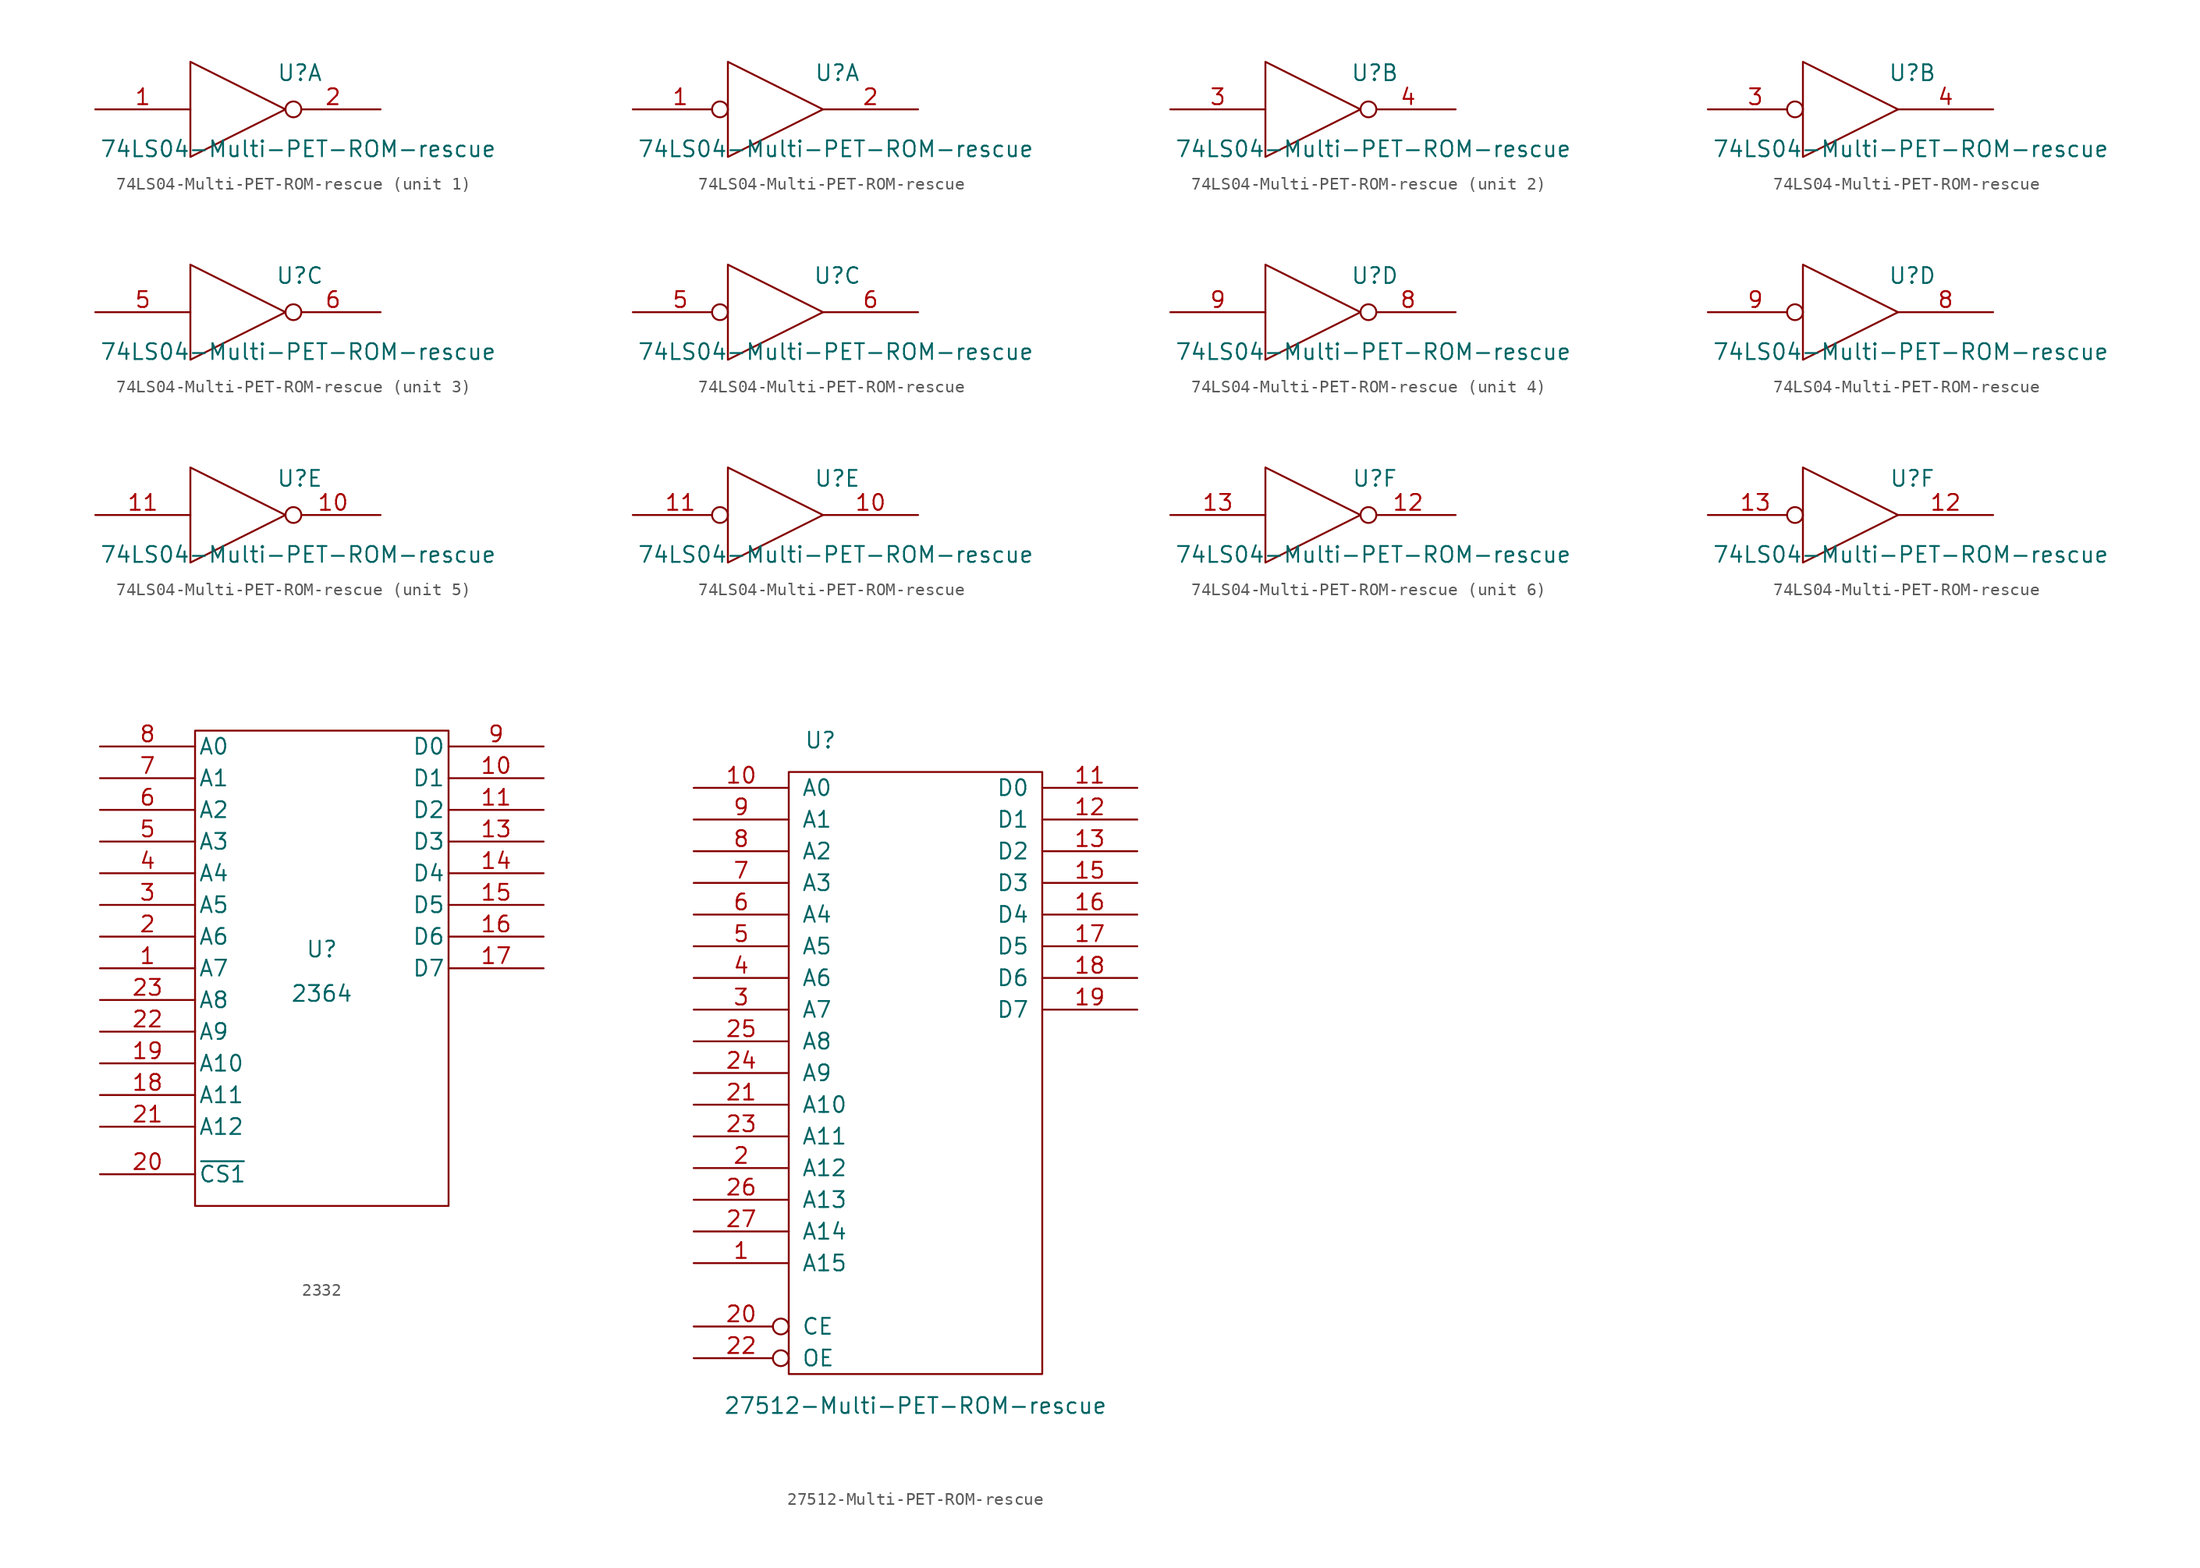
<source format=kicad_sym>
(kicad_symbol_lib
  (version 20241209)
  (generator "kicad_symbol_editor")
  (generator_version "9.0")
  (symbol "74LS04-Multi-PET-ROM-rescue"
    (pin_names
      (offset 0.762))
    (property "Reference" "U"
      (at 4.953 2.921 0)
      (effects (font (size 1.27 1.27))))
    (property "Value" "74LS04-Multi-PET-ROM-rescue"
      (at 4.826 -3.175 0)
      (effects (font (size 1.27 1.27))))
    (symbol "74LS04-Multi-PET-ROM-rescue_0_0"
      (polyline (pts (xy -3.81 3.81) (xy -3.81 -3.81) (xy 3.81 0) (xy -3.81 3.81)) (stroke (width 0) (type solid)) (fill (type none)))
      (pin power_in line (at -1.27 2.54 90) (length 0) (hide yes) (name "VCC" (effects (font (size 1.016 1.016)))) (number "14" (effects (font (size 1.016 1.016)))))
      (pin power_in line (at -1.27 -2.54 90) (length 0) (hide yes) (name "GND" (effects (font (size 1.016 1.016)))) (number "7" (effects (font (size 1.016 1.016))))))
    (symbol "74LS04-Multi-PET-ROM-rescue_1_1"
      (pin input line (at -11.43 0 0) (length 7.62) (name "~" (effects (font (size 1.27 1.27)))) (number "1" (effects (font (size 1.27 1.27)))))
      (pin output inverted (at 11.43 0 180) (length 7.62) (name "~" (effects (font (size 1.27 1.27)))) (number "2" (effects (font (size 1.27 1.27))))))
    (symbol "74LS04-Multi-PET-ROM-rescue_1_2"
      (pin input inverted (at -11.43 0 0) (length 7.62) (name "~" (effects (font (size 1.27 1.27)))) (number "1" (effects (font (size 1.27 1.27)))))
      (pin output line (at 11.43 0 180) (length 7.62) (name "~" (effects (font (size 1.27 1.27)))) (number "2" (effects (font (size 1.27 1.27))))))
    (symbol "74LS04-Multi-PET-ROM-rescue_2_1"
      (pin input line (at -11.43 0 0) (length 7.62) (name "~" (effects (font (size 1.27 1.27)))) (number "3" (effects (font (size 1.27 1.27)))))
      (pin output inverted (at 11.43 0 180) (length 7.62) (name "~" (effects (font (size 1.27 1.27)))) (number "4" (effects (font (size 1.27 1.27))))))
    (symbol "74LS04-Multi-PET-ROM-rescue_2_2"
      (pin input inverted (at -11.43 0 0) (length 7.62) (name "~" (effects (font (size 1.27 1.27)))) (number "3" (effects (font (size 1.27 1.27)))))
      (pin output line (at 11.43 0 180) (length 7.62) (name "~" (effects (font (size 1.27 1.27)))) (number "4" (effects (font (size 1.27 1.27))))))
    (symbol "74LS04-Multi-PET-ROM-rescue_3_1"
      (pin input line (at -11.43 0 0) (length 7.62) (name "~" (effects (font (size 1.27 1.27)))) (number "5" (effects (font (size 1.27 1.27)))))
      (pin output inverted (at 11.43 0 180) (length 7.62) (name "~" (effects (font (size 1.27 1.27)))) (number "6" (effects (font (size 1.27 1.27))))))
    (symbol "74LS04-Multi-PET-ROM-rescue_3_2"
      (pin input inverted (at -11.43 0 0) (length 7.62) (name "~" (effects (font (size 1.27 1.27)))) (number "5" (effects (font (size 1.27 1.27)))))
      (pin output line (at 11.43 0 180) (length 7.62) (name "~" (effects (font (size 1.27 1.27)))) (number "6" (effects (font (size 1.27 1.27))))))
    (symbol "74LS04-Multi-PET-ROM-rescue_4_1"
      (pin input line (at -11.43 0 0) (length 7.62) (name "~" (effects (font (size 1.27 1.27)))) (number "9" (effects (font (size 1.27 1.27)))))
      (pin output inverted (at 11.43 0 180) (length 7.62) (name "~" (effects (font (size 1.27 1.27)))) (number "8" (effects (font (size 1.27 1.27))))))
    (symbol "74LS04-Multi-PET-ROM-rescue_4_2"
      (pin input inverted (at -11.43 0 0) (length 7.62) (name "~" (effects (font (size 1.27 1.27)))) (number "9" (effects (font (size 1.27 1.27)))))
      (pin output line (at 11.43 0 180) (length 7.62) (name "~" (effects (font (size 1.27 1.27)))) (number "8" (effects (font (size 1.27 1.27))))))
    (symbol "74LS04-Multi-PET-ROM-rescue_5_1"
      (pin input line (at -11.43 0 0) (length 7.62) (name "~" (effects (font (size 1.27 1.27)))) (number "11" (effects (font (size 1.27 1.27)))))
      (pin output inverted (at 11.43 0 180) (length 7.62) (name "~" (effects (font (size 1.27 1.27)))) (number "10" (effects (font (size 1.27 1.27))))))
    (symbol "74LS04-Multi-PET-ROM-rescue_5_2"
      (pin input inverted (at -11.43 0 0) (length 7.62) (name "~" (effects (font (size 1.27 1.27)))) (number "11" (effects (font (size 1.27 1.27)))))
      (pin output line (at 11.43 0 180) (length 7.62) (name "~" (effects (font (size 1.27 1.27)))) (number "10" (effects (font (size 1.27 1.27))))))
    (symbol "74LS04-Multi-PET-ROM-rescue_6_1"
      (pin input line (at -11.43 0 0) (length 7.62) (name "~" (effects (font (size 1.27 1.27)))) (number "13" (effects (font (size 1.27 1.27)))))
      (pin output inverted (at 11.43 0 180) (length 7.62) (name "~" (effects (font (size 1.27 1.27)))) (number "12" (effects (font (size 1.27 1.27))))))
    (symbol "74LS04-Multi-PET-ROM-rescue_6_2"
      (pin input inverted (at -11.43 0 0) (length 7.62) (name "~" (effects (font (size 1.27 1.27)))) (number "13" (effects (font (size 1.27 1.27)))))
      (pin output line (at 11.43 0 180) (length 7.62) (name "~" (effects (font (size 1.27 1.27)))) (number "12" (effects (font (size 1.27 1.27)))))))
  (symbol "2332"
    (pin_names
      (offset 0.254))
    (property "Reference" "U"
      (at 0 1.524 0)
      (effects (font (size 1.27 1.27))))
    (property "Value" "2364"
      (at 0 -2.032 0)
      (effects (font (size 1.27 1.27))))
    (property "Footprint" ""
      (at 0 0 0)
      (effects (font (size 1.27 1.27))))
    (property "Datasheet" ""
      (at 0 0 0)
      (effects (font (size 1.27 1.27))))
    (symbol "2332_0_0"
      (pin power_in line (at 0 20.32 270) (length 1.27) (hide yes) (name "Vcc" (effects (font (size 1.27 1.27)))) (number "24" (effects (font (size 1.27 1.27)))))
      (pin power_in line (at 0 -20.32 90) (length 1.27) (hide yes) (name "GND" (effects (font (size 1.27 1.27)))) (number "12" (effects (font (size 1.27 1.27))))))
    (symbol "2332_0_1"
      (rectangle (start -10.16 19.05) (end 10.16 -19.05) (stroke (width 0) (type solid)) (fill (type none))))
    (symbol "2332_1_1"
      (pin input line (at -17.78 17.78 0) (length 7.62) (name "A0" (effects (font (size 1.27 1.27)))) (number "8" (effects (font (size 1.27 1.27)))))
      (pin input line (at -17.78 15.24 0) (length 7.62) (name "A1" (effects (font (size 1.27 1.27)))) (number "7" (effects (font (size 1.27 1.27)))))
      (pin input line (at -17.78 12.7 0) (length 7.62) (name "A2" (effects (font (size 1.27 1.27)))) (number "6" (effects (font (size 1.27 1.27)))))
      (pin input line (at -17.78 10.16 0) (length 7.62) (name "A3" (effects (font (size 1.27 1.27)))) (number "5" (effects (font (size 1.27 1.27)))))
      (pin input line (at -17.78 7.62 0) (length 7.62) (name "A4" (effects (font (size 1.27 1.27)))) (number "4" (effects (font (size 1.27 1.27)))))
      (pin input line (at -17.78 5.08 0) (length 7.62) (name "A5" (effects (font (size 1.27 1.27)))) (number "3" (effects (font (size 1.27 1.27)))))
      (pin input line (at -17.78 2.54 0) (length 7.62) (name "A6" (effects (font (size 1.27 1.27)))) (number "2" (effects (font (size 1.27 1.27)))))
      (pin input line (at -17.78 0 0) (length 7.62) (name "A7" (effects (font (size 1.27 1.27)))) (number "1" (effects (font (size 1.27 1.27)))))
      (pin input line (at -17.78 -2.54 0) (length 7.62) (name "A8" (effects (font (size 1.27 1.27)))) (number "23" (effects (font (size 1.27 1.27)))))
      (pin input line (at -17.78 -5.08 0) (length 7.62) (name "A9" (effects (font (size 1.27 1.27)))) (number "22" (effects (font (size 1.27 1.27)))))
      (pin input line (at -17.78 -7.62 0) (length 7.62) (name "A10" (effects (font (size 1.27 1.27)))) (number "19" (effects (font (size 1.27 1.27)))))
      (pin input line (at -17.78 -10.16 0) (length 7.62) (name "A11" (effects (font (size 1.27 1.27)))) (number "18" (effects (font (size 1.27 1.27)))))
      (pin input line (at -17.78 -12.7 0) (length 7.62) (name "A12" (effects (font (size 1.27 1.27)))) (number "21" (effects (font (size 1.27 1.27)))))
      (pin input line (at -17.78 -16.51 0) (length 7.62) (name "~{CS1}" (effects (font (size 1.27 1.27)))) (number "20" (effects (font (size 1.27 1.27)))))
      (pin output line (at 17.78 17.78 180) (length 7.62) (name "D0" (effects (font (size 1.27 1.27)))) (number "9" (effects (font (size 1.27 1.27)))))
      (pin output line (at 17.78 15.24 180) (length 7.62) (name "D1" (effects (font (size 1.27 1.27)))) (number "10" (effects (font (size 1.27 1.27)))))
      (pin output line (at 17.78 12.7 180) (length 7.62) (name "D2" (effects (font (size 1.27 1.27)))) (number "11" (effects (font (size 1.27 1.27)))))
      (pin output line (at 17.78 10.16 180) (length 7.62) (name "D3" (effects (font (size 1.27 1.27)))) (number "13" (effects (font (size 1.27 1.27)))))
      (pin output line (at 17.78 7.62 180) (length 7.62) (name "D4" (effects (font (size 1.27 1.27)))) (number "14" (effects (font (size 1.27 1.27)))))
      (pin output line (at 17.78 5.08 180) (length 7.62) (name "D5" (effects (font (size 1.27 1.27)))) (number "15" (effects (font (size 1.27 1.27)))))
      (pin tri_state line (at 17.78 2.54 180) (length 7.62) (name "D6" (effects (font (size 1.27 1.27)))) (number "16" (effects (font (size 1.27 1.27)))))
      (pin tri_state line (at 17.78 0 180) (length 7.62) (name "D7" (effects (font (size 1.27 1.27)))) (number "17" (effects (font (size 1.27 1.27)))))))
  (symbol "27512-Multi-PET-ROM-rescue"
    (pin_names
      (offset 1.016))
    (property "Reference" "U"
      (at -7.62 26.67 0)
      (effects (font (size 1.27 1.27))))
    (property "Value" "27512-Multi-PET-ROM-rescue"
      (at 0 -26.67 0)
      (effects (font (size 1.27 1.27))))
    (symbol "27512-Multi-PET-ROM-rescue_0_0"
      (pin power_in line (at 0 25.4 270) (length 1.27) (hide yes) (name "VCC" (effects (font (size 1.27 1.27)))) (number "28" (effects (font (size 1.27 1.27)))))
      (pin power_in line (at 0 -25.4 90) (length 1.27) (hide yes) (name "GND" (effects (font (size 1.27 1.27)))) (number "14" (effects (font (size 1.27 1.27))))))
    (symbol "27512-Multi-PET-ROM-rescue_0_1"
      (rectangle (start -10.16 24.13) (end 10.16 -24.13) (stroke (width 0) (type solid)) (fill (type none))))
    (symbol "27512-Multi-PET-ROM-rescue_1_1"
      (pin input line (at -17.78 22.86 0) (length 7.62) (name "A0" (effects (font (size 1.27 1.27)))) (number "10" (effects (font (size 1.27 1.27)))))
      (pin input line (at -17.78 20.32 0) (length 7.62) (name "A1" (effects (font (size 1.27 1.27)))) (number "9" (effects (font (size 1.27 1.27)))))
      (pin input line (at -17.78 17.78 0) (length 7.62) (name "A2" (effects (font (size 1.27 1.27)))) (number "8" (effects (font (size 1.27 1.27)))))
      (pin input line (at -17.78 15.24 0) (length 7.62) (name "A3" (effects (font (size 1.27 1.27)))) (number "7" (effects (font (size 1.27 1.27)))))
      (pin input line (at -17.78 12.7 0) (length 7.62) (name "A4" (effects (font (size 1.27 1.27)))) (number "6" (effects (font (size 1.27 1.27)))))
      (pin input line (at -17.78 10.16 0) (length 7.62) (name "A5" (effects (font (size 1.27 1.27)))) (number "5" (effects (font (size 1.27 1.27)))))
      (pin input line (at -17.78 7.62 0) (length 7.62) (name "A6" (effects (font (size 1.27 1.27)))) (number "4" (effects (font (size 1.27 1.27)))))
      (pin input line (at -17.78 5.08 0) (length 7.62) (name "A7" (effects (font (size 1.27 1.27)))) (number "3" (effects (font (size 1.27 1.27)))))
      (pin input line (at -17.78 2.54 0) (length 7.62) (name "A8" (effects (font (size 1.27 1.27)))) (number "25" (effects (font (size 1.27 1.27)))))
      (pin input line (at -17.78 0 0) (length 7.62) (name "A9" (effects (font (size 1.27 1.27)))) (number "24" (effects (font (size 1.27 1.27)))))
      (pin input line (at -17.78 -2.54 0) (length 7.62) (name "A10" (effects (font (size 1.27 1.27)))) (number "21" (effects (font (size 1.27 1.27)))))
      (pin input line (at -17.78 -5.08 0) (length 7.62) (name "A11" (effects (font (size 1.27 1.27)))) (number "23" (effects (font (size 1.27 1.27)))))
      (pin input line (at -17.78 -7.62 0) (length 7.62) (name "A12" (effects (font (size 1.27 1.27)))) (number "2" (effects (font (size 1.27 1.27)))))
      (pin input line (at -17.78 -10.16 0) (length 7.62) (name "A13" (effects (font (size 1.27 1.27)))) (number "26" (effects (font (size 1.27 1.27)))))
      (pin input line (at -17.78 -12.7 0) (length 7.62) (name "A14" (effects (font (size 1.27 1.27)))) (number "27" (effects (font (size 1.27 1.27)))))
      (pin input line (at -17.78 -15.24 0) (length 7.62) (name "A15" (effects (font (size 1.27 1.27)))) (number "1" (effects (font (size 1.27 1.27)))))
      (pin input inverted (at -17.78 -20.32 0) (length 7.62) (name "CE" (effects (font (size 1.27 1.27)))) (number "20" (effects (font (size 1.27 1.27)))))
      (pin input inverted (at -17.78 -22.86 0) (length 7.62) (name "OE" (effects (font (size 1.27 1.27)))) (number "22" (effects (font (size 1.27 1.27)))))
      (pin tri_state line (at 17.78 22.86 180) (length 7.62) (name "D0" (effects (font (size 1.27 1.27)))) (number "11" (effects (font (size 1.27 1.27)))))
      (pin tri_state line (at 17.78 20.32 180) (length 7.62) (name "D1" (effects (font (size 1.27 1.27)))) (number "12" (effects (font (size 1.27 1.27)))))
      (pin tri_state line (at 17.78 17.78 180) (length 7.62) (name "D2" (effects (font (size 1.27 1.27)))) (number "13" (effects (font (size 1.27 1.27)))))
      (pin tri_state line (at 17.78 15.24 180) (length 7.62) (name "D3" (effects (font (size 1.27 1.27)))) (number "15" (effects (font (size 1.27 1.27)))))
      (pin tri_state line (at 17.78 12.7 180) (length 7.62) (name "D4" (effects (font (size 1.27 1.27)))) (number "16" (effects (font (size 1.27 1.27)))))
      (pin tri_state line (at 17.78 10.16 180) (length 7.62) (name "D5" (effects (font (size 1.27 1.27)))) (number "17" (effects (font (size 1.27 1.27)))))
      (pin tri_state line (at 17.78 7.62 180) (length 7.62) (name "D6" (effects (font (size 1.27 1.27)))) (number "18" (effects (font (size 1.27 1.27)))))
      (pin tri_state line (at 17.78 5.08 180) (length 7.62) (name "D7" (effects (font (size 1.27 1.27)))) (number "19" (effects (font (size 1.27 1.27))))))))
</source>
